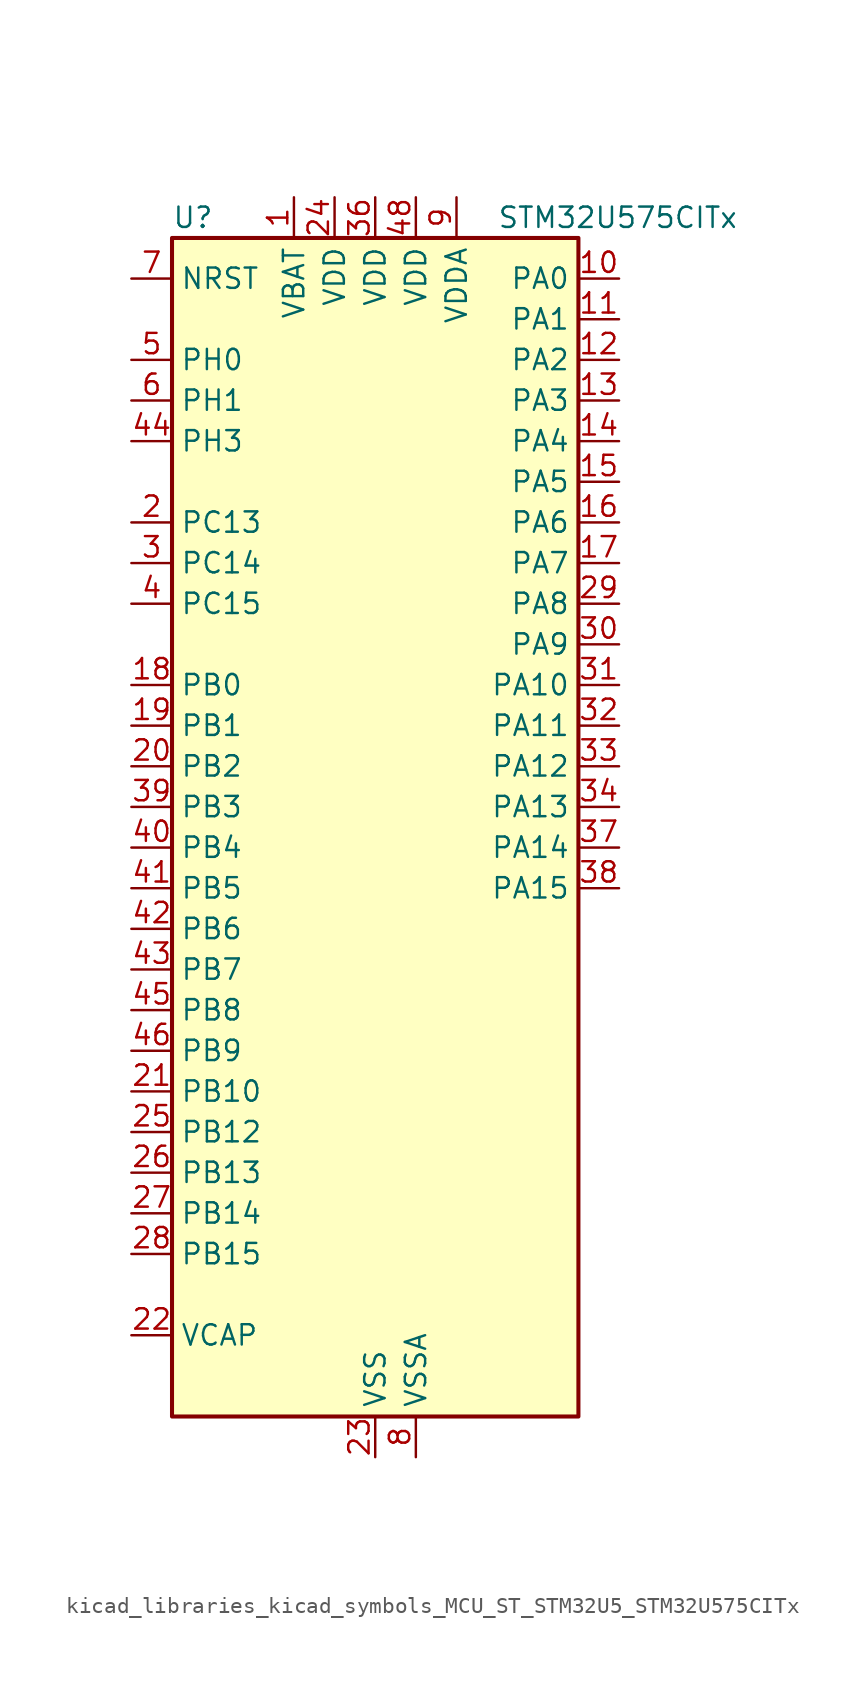
<source format=kicad_sym>
(kicad_symbol_lib
  (version 20220914)
  (generator kicad_symbol_editor)
  (symbol "kicad_libraries_kicad_symbols_MCU_ST_STM32U5_STM32U575CITx"
    (property "Reference" "U"
      (at -12.7 39.37 0)
      (effects (font (size 1.27 1.27)) (justify left)))
    (property "Value" "STM32U575CITx"
      (at 7.62 39.37 0)
      (effects (font (size 1.27 1.27)) (justify left)))
    (property "ki_locked" ""
      (at 0 0 0)
      (effects (font (size 1.27 1.27))))
    (symbol "kicad_libraries_kicad_symbols_MCU_ST_STM32U5_STM32U575CITx_0_1"
      (rectangle (start -12.7 -35.56) (end 12.7 38.1) (stroke (width 0.254) (type default)) (fill (type background))))
    (symbol "kicad_libraries_kicad_symbols_MCU_ST_STM32U5_STM32U575CITx_1_1"
      (pin power_in line (at -5.08 40.64 270) (length 2.54) (name "VBAT" (effects (font (size 1.27 1.27)))) (number "1" (effects (font (size 1.27 1.27)))))
      (pin bidirectional line (at 15.24 35.56 180) (length 2.54) (name "PA0" (effects (font (size 1.27 1.27)))) (number "10" (effects (font (size 1.27 1.27)))) (alternate "ADC1_IN5" bidirectional line) (alternate "AUDIOCLK" bidirectional line) (alternate "OCTOSPIM_P2_NCS" bidirectional line) (alternate "OPAMP1_VINP" bidirectional line) (alternate "PWR_WKUP1" bidirectional line) (alternate "SPI3_RDY" bidirectional line) (alternate "TAMP_IN2" bidirectional line) (alternate "TAMP_OUT1" bidirectional line) (alternate "TIM2_CH1" bidirectional line) (alternate "TIM2_ETR" bidirectional line) (alternate "TIM5_CH1" bidirectional line) (alternate "TIM8_ETR" bidirectional line) (alternate "UART4_TX" bidirectional line) (alternate "USART2_CTS" bidirectional line))
      (pin bidirectional line (at 15.24 33.02 180) (length 2.54) (name "PA1" (effects (font (size 1.27 1.27)))) (number "11" (effects (font (size 1.27 1.27)))) (alternate "ADC1_IN6" bidirectional line) (alternate "I2C1_SMBA" bidirectional line) (alternate "LPTIM1_CH2" bidirectional line) (alternate "OCTOSPIM_P1_DQS" bidirectional line) (alternate "OPAMP1_VINM" bidirectional line) (alternate "PWR_WKUP3" bidirectional line) (alternate "SPI1_SCK" bidirectional line) (alternate "TAMP_IN5" bidirectional line) (alternate "TAMP_OUT4" bidirectional line) (alternate "TIM15_CH1N" bidirectional line) (alternate "TIM2_CH2" bidirectional line) (alternate "TIM5_CH2" bidirectional line) (alternate "UART4_RX" bidirectional line) (alternate "USART2_DE" bidirectional line) (alternate "USART2_RTS" bidirectional line))
      (pin bidirectional line (at 15.24 30.48 180) (length 2.54) (name "PA2" (effects (font (size 1.27 1.27)))) (number "12" (effects (font (size 1.27 1.27)))) (alternate "ADC1_IN7" bidirectional line) (alternate "COMP1_INP" bidirectional line) (alternate "LPUART1_TX" bidirectional line) (alternate "OCTOSPIM_P1_NCS" bidirectional line) (alternate "PWR_WKUP4" bidirectional line) (alternate "RCC_LSCO" bidirectional line) (alternate "SPI1_RDY" bidirectional line) (alternate "TIM15_CH1" bidirectional line) (alternate "TIM2_CH3" bidirectional line) (alternate "TIM5_CH3" bidirectional line) (alternate "UCPD1_FRSTX1" bidirectional line) (alternate "USART2_TX" bidirectional line))
      (pin bidirectional line (at 15.24 27.94 180) (length 2.54) (name "PA3" (effects (font (size 1.27 1.27)))) (number "13" (effects (font (size 1.27 1.27)))) (alternate "ADC1_IN8" bidirectional line) (alternate "LPUART1_RX" bidirectional line) (alternate "OCTOSPIM_P1_CLK" bidirectional line) (alternate "OPAMP1_VOUT" bidirectional line) (alternate "PWR_WKUP5" bidirectional line) (alternate "SAI1_CK1" bidirectional line) (alternate "SAI1_MCLK_A" bidirectional line) (alternate "TIM15_CH2" bidirectional line) (alternate "TIM2_CH4" bidirectional line) (alternate "TIM5_CH4" bidirectional line) (alternate "USART2_RX" bidirectional line))
      (pin bidirectional line (at 15.24 25.4 180) (length 2.54) (name "PA4" (effects (font (size 1.27 1.27)))) (number "14" (effects (font (size 1.27 1.27)))) (alternate "ADC1_IN9" bidirectional line) (alternate "ADC4_IN9" bidirectional line) (alternate "DAC1_OUT1" bidirectional line) (alternate "LPTIM2_CH1" bidirectional line) (alternate "OCTOSPIM_P1_NCS" bidirectional line) (alternate "PWR_WKUP2" bidirectional line) (alternate "SAI1_FS_B" bidirectional line) (alternate "SPI1_NSS" bidirectional line) (alternate "SPI3_NSS" bidirectional line) (alternate "USART2_CK" bidirectional line))
      (pin bidirectional line (at 15.24 22.86 180) (length 2.54) (name "PA5" (effects (font (size 1.27 1.27)))) (number "15" (effects (font (size 1.27 1.27)))) (alternate "ADC1_IN10" bidirectional line) (alternate "ADC4_IN10" bidirectional line) (alternate "DAC1_OUT2" bidirectional line) (alternate "LPTIM2_ETR" bidirectional line) (alternate "PWR_CSLEEP" bidirectional line) (alternate "PWR_WKUP6" bidirectional line) (alternate "SPI1_SCK" bidirectional line) (alternate "TIM2_CH1" bidirectional line) (alternate "TIM2_ETR" bidirectional line) (alternate "TIM8_CH1N" bidirectional line) (alternate "USART3_RX" bidirectional line))
      (pin bidirectional line (at 15.24 20.32 180) (length 2.54) (name "PA6" (effects (font (size 1.27 1.27)))) (number "16" (effects (font (size 1.27 1.27)))) (alternate "ADC1_IN11" bidirectional line) (alternate "ADC4_IN11" bidirectional line) (alternate "LPUART1_CTS" bidirectional line) (alternate "OCTOSPIM_P1_IO3" bidirectional line) (alternate "OPAMP2_VINP" bidirectional line) (alternate "PWR_CDSTOP" bidirectional line) (alternate "PWR_WKUP7" bidirectional line) (alternate "SPI1_MISO" bidirectional line) (alternate "TIM16_CH1" bidirectional line) (alternate "TIM1_BKIN" bidirectional line) (alternate "TIM3_CH1" bidirectional line) (alternate "TIM8_BKIN" bidirectional line) (alternate "USART3_CTS" bidirectional line))
      (pin bidirectional line (at 15.24 17.78 180) (length 2.54) (name "PA7" (effects (font (size 1.27 1.27)))) (number "17" (effects (font (size 1.27 1.27)))) (alternate "ADC1_IN12" bidirectional line) (alternate "ADC4_IN20" bidirectional line) (alternate "I2C3_SCL" bidirectional line) (alternate "LPTIM2_CH2" bidirectional line) (alternate "OCTOSPIM_P1_IO2" bidirectional line) (alternate "OPAMP2_VINM" bidirectional line) (alternate "PWR_SRDSTOP" bidirectional line) (alternate "PWR_WKUP8" bidirectional line) (alternate "SPI1_MOSI" bidirectional line) (alternate "TIM17_CH1" bidirectional line) (alternate "TIM1_CH1N" bidirectional line) (alternate "TIM3_CH2" bidirectional line) (alternate "TIM8_CH1N" bidirectional line) (alternate "USART3_TX" bidirectional line))
      (pin bidirectional line (at -15.24 10.16 0) (length 2.54) (name "PB0" (effects (font (size 1.27 1.27)))) (number "18" (effects (font (size 1.27 1.27)))) (alternate "ADC1_IN15" bidirectional line) (alternate "ADC4_IN18" bidirectional line) (alternate "AUDIOCLK" bidirectional line) (alternate "COMP1_OUT" bidirectional line) (alternate "LPTIM3_CH1" bidirectional line) (alternate "OCTOSPIM_P1_IO1" bidirectional line) (alternate "OPAMP2_VOUT" bidirectional line) (alternate "SPI1_NSS" bidirectional line) (alternate "TIM1_CH2N" bidirectional line) (alternate "TIM3_CH3" bidirectional line) (alternate "TIM8_CH2N" bidirectional line) (alternate "USART3_CK" bidirectional line))
      (pin bidirectional line (at -15.24 7.62 0) (length 2.54) (name "PB1" (effects (font (size 1.27 1.27)))) (number "19" (effects (font (size 1.27 1.27)))) (alternate "ADC1_IN16" bidirectional line) (alternate "ADC4_IN19" bidirectional line) (alternate "COMP1_INM" bidirectional line) (alternate "LPTIM2_IN1" bidirectional line) (alternate "LPTIM3_CH2" bidirectional line) (alternate "LPUART1_DE" bidirectional line) (alternate "LPUART1_RTS" bidirectional line) (alternate "MDF1_SDI0" bidirectional line) (alternate "OCTOSPIM_P1_IO0" bidirectional line) (alternate "PWR_WKUP4" bidirectional line) (alternate "TIM1_CH3N" bidirectional line) (alternate "TIM3_CH4" bidirectional line) (alternate "TIM8_CH3N" bidirectional line) (alternate "USART3_DE" bidirectional line) (alternate "USART3_RTS" bidirectional line))
      (pin bidirectional line (at -15.24 20.32 0) (length 2.54) (name "PC13" (effects (font (size 1.27 1.27)))) (number "2" (effects (font (size 1.27 1.27)))) (alternate "PWR_WKUP2" bidirectional line) (alternate "RTC_OUT1" bidirectional line) (alternate "RTC_TS" bidirectional line) (alternate "TAMP_IN1" bidirectional line) (alternate "TAMP_OUT2" bidirectional line))
      (pin bidirectional line (at -15.24 5.08 0) (length 2.54) (name "PB2" (effects (font (size 1.27 1.27)))) (number "20" (effects (font (size 1.27 1.27)))) (alternate "ADC1_IN17" bidirectional line) (alternate "COMP1_INP" bidirectional line) (alternate "I2C3_SMBA" bidirectional line) (alternate "LPTIM1_CH1" bidirectional line) (alternate "MDF1_CKI0" bidirectional line) (alternate "OCTOSPIM_P1_DQS" bidirectional line) (alternate "PWR_WKUP1" bidirectional line) (alternate "RTC_OUT2" bidirectional line) (alternate "SPI1_RDY" bidirectional line) (alternate "TIM8_CH4N" bidirectional line) (alternate "UCPD1_FRSTX1" bidirectional line))
      (pin bidirectional line (at -15.24 -15.24 0) (length 2.54) (name "PB10" (effects (font (size 1.27 1.27)))) (number "21" (effects (font (size 1.27 1.27)))) (alternate "COMP1_OUT" bidirectional line) (alternate "I2C2_SCL" bidirectional line) (alternate "I2C4_SCL" bidirectional line) (alternate "LPTIM3_CH1" bidirectional line) (alternate "LPUART1_RX" bidirectional line) (alternate "OCTOSPIM_P1_CLK" bidirectional line) (alternate "PWR_WKUP8" bidirectional line) (alternate "SAI1_SCK_A" bidirectional line) (alternate "SPI2_SCK" bidirectional line) (alternate "TIM2_CH3" bidirectional line) (alternate "TSC_SYNC" bidirectional line) (alternate "USART3_TX" bidirectional line))
      (pin power_out line (at -15.24 -30.48 0) (length 2.54) (name "VCAP" (effects (font (size 1.27 1.27)))) (number "22" (effects (font (size 1.27 1.27)))))
      (pin power_in line (at 0 -38.1 90) (length 2.54) (name "VSS" (effects (font (size 1.27 1.27)))) (number "23" (effects (font (size 1.27 1.27)))))
      (pin power_in line (at -2.54 40.64 270) (length 2.54) (name "VDD" (effects (font (size 1.27 1.27)))) (number "24" (effects (font (size 1.27 1.27)))))
      (pin bidirectional line (at -15.24 -17.78 0) (length 2.54) (name "PB12" (effects (font (size 1.27 1.27)))) (number "25" (effects (font (size 1.27 1.27)))) (alternate "I2C2_SMBA" bidirectional line) (alternate "LPUART1_DE" bidirectional line) (alternate "LPUART1_RTS" bidirectional line) (alternate "MDF1_SDI1" bidirectional line) (alternate "OCTOSPIM_P1_NCLK" bidirectional line) (alternate "SPI2_NSS" bidirectional line) (alternate "TIM15_BKIN" bidirectional line) (alternate "TIM1_BKIN" bidirectional line) (alternate "TSC_G1_IO1" bidirectional line) (alternate "USART3_CK" bidirectional line))
      (pin bidirectional line (at -15.24 -20.32 0) (length 2.54) (name "PB13" (effects (font (size 1.27 1.27)))) (number "26" (effects (font (size 1.27 1.27)))) (alternate "I2C2_SCL" bidirectional line) (alternate "LPTIM3_IN1" bidirectional line) (alternate "LPUART1_CTS" bidirectional line) (alternate "MDF1_CKI1" bidirectional line) (alternate "SPI2_SCK" bidirectional line) (alternate "TIM15_CH1N" bidirectional line) (alternate "TIM1_CH1N" bidirectional line) (alternate "TSC_G1_IO2" bidirectional line) (alternate "USART3_CTS" bidirectional line))
      (pin bidirectional line (at -15.24 -22.86 0) (length 2.54) (name "PB14" (effects (font (size 1.27 1.27)))) (number "27" (effects (font (size 1.27 1.27)))) (alternate "I2C2_SDA" bidirectional line) (alternate "LPTIM3_ETR" bidirectional line) (alternate "MDF1_SDI2" bidirectional line) (alternate "SPI2_MISO" bidirectional line) (alternate "TIM15_CH1" bidirectional line) (alternate "TIM1_CH2N" bidirectional line) (alternate "TIM8_CH2N" bidirectional line) (alternate "TSC_G1_IO3" bidirectional line) (alternate "UCPD1_DBCC2" bidirectional line) (alternate "USART3_DE" bidirectional line) (alternate "USART3_RTS" bidirectional line))
      (pin bidirectional line (at -15.24 -25.4 0) (length 2.54) (name "PB15" (effects (font (size 1.27 1.27)))) (number "28" (effects (font (size 1.27 1.27)))) (alternate "ADC1_EXTI15" bidirectional line) (alternate "ADC4_EXTI15" bidirectional line) (alternate "LPTIM2_IN2" bidirectional line) (alternate "MDF1_CKI2" bidirectional line) (alternate "PWR_WKUP7" bidirectional line) (alternate "RTC_REFIN" bidirectional line) (alternate "SPI2_MOSI" bidirectional line) (alternate "TIM15_CH2" bidirectional line) (alternate "TIM1_CH3N" bidirectional line) (alternate "TIM8_CH3N" bidirectional line) (alternate "UCPD1_CC2" bidirectional line))
      (pin bidirectional line (at 15.24 15.24 180) (length 2.54) (name "PA8" (effects (font (size 1.27 1.27)))) (number "29" (effects (font (size 1.27 1.27)))) (alternate "DEBUG_TRACECLK" bidirectional line) (alternate "LPTIM2_CH1" bidirectional line) (alternate "RCC_MCO" bidirectional line) (alternate "SAI1_CK2" bidirectional line) (alternate "SAI1_SCK_A" bidirectional line) (alternate "SPI1_RDY" bidirectional line) (alternate "TIM1_CH1" bidirectional line) (alternate "USART1_CK" bidirectional line) (alternate "USB_OTG_FS_SOF" bidirectional line))
      (pin bidirectional line (at -15.24 17.78 0) (length 2.54) (name "PC14" (effects (font (size 1.27 1.27)))) (number "3" (effects (font (size 1.27 1.27)))) (alternate "RCC_OSC32_IN" bidirectional line))
      (pin bidirectional line (at 15.24 12.7 180) (length 2.54) (name "PA9" (effects (font (size 1.27 1.27)))) (number "30" (effects (font (size 1.27 1.27)))) (alternate "DAC1_EXTI9" bidirectional line) (alternate "SAI1_FS_A" bidirectional line) (alternate "SPI2_SCK" bidirectional line) (alternate "TIM15_BKIN" bidirectional line) (alternate "TIM1_CH2" bidirectional line) (alternate "USART1_TX" bidirectional line) (alternate "USB_OTG_FS_VBUS" bidirectional line))
      (pin bidirectional line (at 15.24 10.16 180) (length 2.54) (name "PA10" (effects (font (size 1.27 1.27)))) (number "31" (effects (font (size 1.27 1.27)))) (alternate "CRS_SYNC" bidirectional line) (alternate "LPTIM2_IN2" bidirectional line) (alternate "SAI1_D1" bidirectional line) (alternate "SAI1_SD_A" bidirectional line) (alternate "TIM17_BKIN" bidirectional line) (alternate "TIM1_CH3" bidirectional line) (alternate "USART1_RX" bidirectional line) (alternate "USB_OTG_FS_ID" bidirectional line))
      (pin bidirectional line (at 15.24 7.62 180) (length 2.54) (name "PA11" (effects (font (size 1.27 1.27)))) (number "32" (effects (font (size 1.27 1.27)))) (alternate "ADC1_EXTI11" bidirectional line) (alternate "FDCAN1_RX" bidirectional line) (alternate "SPI1_MISO" bidirectional line) (alternate "TIM1_BKIN2" bidirectional line) (alternate "TIM1_CH4" bidirectional line) (alternate "USART1_CTS" bidirectional line) (alternate "USB_OTG_FS_DM" bidirectional line))
      (pin bidirectional line (at 15.24 5.08 180) (length 2.54) (name "PA12" (effects (font (size 1.27 1.27)))) (number "33" (effects (font (size 1.27 1.27)))) (alternate "FDCAN1_TX" bidirectional line) (alternate "OCTOSPIM_P2_NCS" bidirectional line) (alternate "SPI1_MOSI" bidirectional line) (alternate "TIM1_ETR" bidirectional line) (alternate "USART1_DE" bidirectional line) (alternate "USART1_RTS" bidirectional line) (alternate "USB_OTG_FS_DP" bidirectional line))
      (pin bidirectional line (at 15.24 2.54 180) (length 2.54) (name "PA13" (effects (font (size 1.27 1.27)))) (number "34" (effects (font (size 1.27 1.27)))) (alternate "DEBUG_JTMS-SWDIO" bidirectional line) (alternate "IR_OUT" bidirectional line) (alternate "SAI1_SD_B" bidirectional line) (alternate "USB_OTG_FS_NOE" bidirectional line))
      (pin passive line (at 0 -38.1 90) (length 2.54) hide (name "VSS" (effects (font (size 1.27 1.27)))) (number "35" (effects (font (size 1.27 1.27)))))
      (pin power_in line (at 0 40.64 270) (length 2.54) (name "VDD" (effects (font (size 1.27 1.27)))) (number "36" (effects (font (size 1.27 1.27)))))
      (pin bidirectional line (at 15.24 0 180) (length 2.54) (name "PA14" (effects (font (size 1.27 1.27)))) (number "37" (effects (font (size 1.27 1.27)))) (alternate "DEBUG_JTCK-SWCLK" bidirectional line) (alternate "I2C1_SMBA" bidirectional line) (alternate "I2C4_SMBA" bidirectional line) (alternate "LPTIM1_CH1" bidirectional line) (alternate "SAI1_FS_B" bidirectional line) (alternate "USB_OTG_FS_SOF" bidirectional line))
      (pin bidirectional line (at 15.24 -2.54 180) (length 2.54) (name "PA15" (effects (font (size 1.27 1.27)))) (number "38" (effects (font (size 1.27 1.27)))) (alternate "ADC1_EXTI15" bidirectional line) (alternate "ADC4_EXTI15" bidirectional line) (alternate "DEBUG_JTDI" bidirectional line) (alternate "SPI1_NSS" bidirectional line) (alternate "SPI3_NSS" bidirectional line) (alternate "TIM2_CH1" bidirectional line) (alternate "TIM2_ETR" bidirectional line) (alternate "UART4_DE" bidirectional line) (alternate "UART4_RTS" bidirectional line) (alternate "UCPD1_CC1" bidirectional line) (alternate "USART2_RX" bidirectional line) (alternate "USART3_DE" bidirectional line) (alternate "USART3_RTS" bidirectional line))
      (pin bidirectional line (at -15.24 2.54 0) (length 2.54) (name "PB3" (effects (font (size 1.27 1.27)))) (number "39" (effects (font (size 1.27 1.27)))) (alternate "ADF1_CCK0" bidirectional line) (alternate "COMP2_INM" bidirectional line) (alternate "CRS_SYNC" bidirectional line) (alternate "DEBUG_JTDO-SWO" bidirectional line) (alternate "I2C1_SDA" bidirectional line) (alternate "LPTIM1_CH1" bidirectional line) (alternate "SAI1_SCK_B" bidirectional line) (alternate "SPI1_SCK" bidirectional line) (alternate "SPI3_SCK" bidirectional line) (alternate "TIM2_CH2" bidirectional line) (alternate "USART1_DE" bidirectional line) (alternate "USART1_RTS" bidirectional line))
      (pin bidirectional line (at -15.24 15.24 0) (length 2.54) (name "PC15" (effects (font (size 1.27 1.27)))) (number "4" (effects (font (size 1.27 1.27)))) (alternate "ADC1_EXTI15" bidirectional line) (alternate "ADC4_EXTI15" bidirectional line) (alternate "RCC_OSC32_OUT" bidirectional line))
      (pin bidirectional line (at -15.24 0 0) (length 2.54) (name "PB4" (effects (font (size 1.27 1.27)))) (number "40" (effects (font (size 1.27 1.27)))) (alternate "ADF1_SDI0" bidirectional line) (alternate "COMP2_INP" bidirectional line) (alternate "DEBUG_JTRST" bidirectional line) (alternate "I2C3_SDA" bidirectional line) (alternate "LPTIM1_CH2" bidirectional line) (alternate "SAI1_MCLK_B" bidirectional line) (alternate "SPI1_MISO" bidirectional line) (alternate "SPI3_MISO" bidirectional line) (alternate "TIM17_BKIN" bidirectional line) (alternate "TIM3_CH1" bidirectional line) (alternate "TSC_G2_IO1" bidirectional line) (alternate "USART1_CTS" bidirectional line))
      (pin bidirectional line (at -15.24 -2.54 0) (length 2.54) (name "PB5" (effects (font (size 1.27 1.27)))) (number "41" (effects (font (size 1.27 1.27)))) (alternate "COMP2_OUT" bidirectional line) (alternate "I2C1_SMBA" bidirectional line) (alternate "LPTIM1_IN1" bidirectional line) (alternate "OCTOSPIM_P1_NCLK" bidirectional line) (alternate "PWR_WKUP6" bidirectional line) (alternate "SAI1_SD_B" bidirectional line) (alternate "SPI1_MOSI" bidirectional line) (alternate "SPI3_MOSI" bidirectional line) (alternate "TIM16_BKIN" bidirectional line) (alternate "TIM3_CH2" bidirectional line) (alternate "TSC_G2_IO2" bidirectional line) (alternate "UCPD1_DBCC1" bidirectional line) (alternate "USART1_CK" bidirectional line))
      (pin bidirectional line (at -15.24 -5.08 0) (length 2.54) (name "PB6" (effects (font (size 1.27 1.27)))) (number "42" (effects (font (size 1.27 1.27)))) (alternate "COMP2_INP" bidirectional line) (alternate "I2C1_SCL" bidirectional line) (alternate "I2C4_SCL" bidirectional line) (alternate "LPTIM1_ETR" bidirectional line) (alternate "MDF1_SDI5" bidirectional line) (alternate "PWR_WKUP3" bidirectional line) (alternate "SAI1_FS_B" bidirectional line) (alternate "TIM16_CH1N" bidirectional line) (alternate "TIM4_CH1" bidirectional line) (alternate "TIM8_BKIN2" bidirectional line) (alternate "TSC_G2_IO3" bidirectional line) (alternate "USART1_TX" bidirectional line))
      (pin bidirectional line (at -15.24 -7.62 0) (length 2.54) (name "PB7" (effects (font (size 1.27 1.27)))) (number "43" (effects (font (size 1.27 1.27)))) (alternate "COMP2_INM" bidirectional line) (alternate "I2C1_SDA" bidirectional line) (alternate "I2C4_SDA" bidirectional line) (alternate "LPTIM1_IN2" bidirectional line) (alternate "MDF1_CKI5" bidirectional line) (alternate "PWR_PVD_IN" bidirectional line) (alternate "PWR_WKUP4" bidirectional line) (alternate "TIM17_CH1N" bidirectional line) (alternate "TIM4_CH2" bidirectional line) (alternate "TIM8_BKIN" bidirectional line) (alternate "TSC_G2_IO4" bidirectional line) (alternate "UART4_CTS" bidirectional line) (alternate "USART1_RX" bidirectional line))
      (pin bidirectional line (at -15.24 25.4 0) (length 2.54) (name "PH3" (effects (font (size 1.27 1.27)))) (number "44" (effects (font (size 1.27 1.27)))))
      (pin bidirectional line (at -15.24 -10.16 0) (length 2.54) (name "PB8" (effects (font (size 1.27 1.27)))) (number "45" (effects (font (size 1.27 1.27)))) (alternate "FDCAN1_RX" bidirectional line) (alternate "I2C1_SCL" bidirectional line) (alternate "MDF1_CCK0" bidirectional line) (alternate "PWR_WKUP5" bidirectional line) (alternate "SAI1_CK1" bidirectional line) (alternate "SAI1_MCLK_A" bidirectional line) (alternate "SPI3_RDY" bidirectional line) (alternate "TIM16_CH1" bidirectional line) (alternate "TIM4_CH3" bidirectional line))
      (pin bidirectional line (at -15.24 -12.7 0) (length 2.54) (name "PB9" (effects (font (size 1.27 1.27)))) (number "46" (effects (font (size 1.27 1.27)))) (alternate "DAC1_EXTI9" bidirectional line) (alternate "FDCAN1_TX" bidirectional line) (alternate "I2C1_SDA" bidirectional line) (alternate "IR_OUT" bidirectional line) (alternate "SAI1_D2" bidirectional line) (alternate "SAI1_FS_A" bidirectional line) (alternate "SPI2_NSS" bidirectional line) (alternate "TIM17_CH1" bidirectional line) (alternate "TIM4_CH4" bidirectional line))
      (pin passive line (at 0 -38.1 90) (length 2.54) hide (name "VSS" (effects (font (size 1.27 1.27)))) (number "47" (effects (font (size 1.27 1.27)))))
      (pin power_in line (at 2.54 40.64 270) (length 2.54) (name "VDD" (effects (font (size 1.27 1.27)))) (number "48" (effects (font (size 1.27 1.27)))))
      (pin bidirectional line (at -15.24 30.48 0) (length 2.54) (name "PH0" (effects (font (size 1.27 1.27)))) (number "5" (effects (font (size 1.27 1.27)))) (alternate "RCC_OSC_IN" bidirectional line))
      (pin bidirectional line (at -15.24 27.94 0) (length 2.54) (name "PH1" (effects (font (size 1.27 1.27)))) (number "6" (effects (font (size 1.27 1.27)))) (alternate "RCC_OSC_OUT" bidirectional line))
      (pin input line (at -15.24 35.56 0) (length 2.54) (name "NRST" (effects (font (size 1.27 1.27)))) (number "7" (effects (font (size 1.27 1.27)))))
      (pin power_in line (at 2.54 -38.1 90) (length 2.54) (name "VSSA" (effects (font (size 1.27 1.27)))) (number "8" (effects (font (size 1.27 1.27)))))
      (pin power_in line (at 5.08 40.64 270) (length 2.54) (name "VDDA" (effects (font (size 1.27 1.27)))) (number "9" (effects (font (size 1.27 1.27))))))))
</source>
